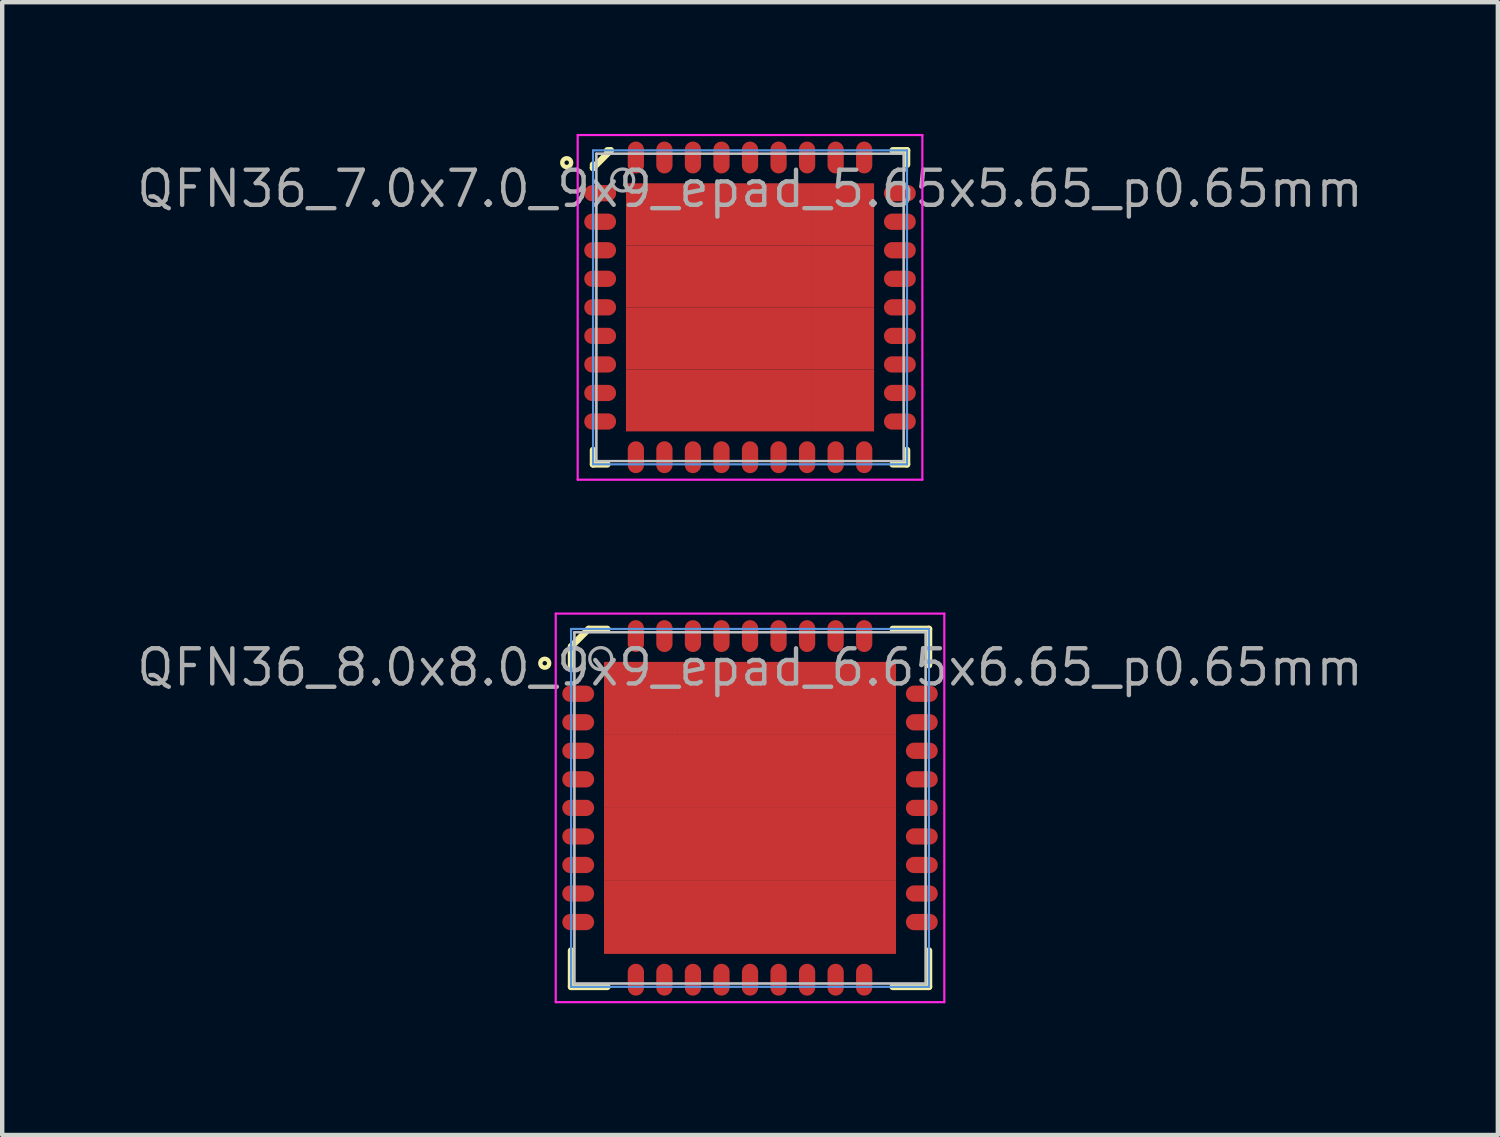
<source format=kicad_pcb>
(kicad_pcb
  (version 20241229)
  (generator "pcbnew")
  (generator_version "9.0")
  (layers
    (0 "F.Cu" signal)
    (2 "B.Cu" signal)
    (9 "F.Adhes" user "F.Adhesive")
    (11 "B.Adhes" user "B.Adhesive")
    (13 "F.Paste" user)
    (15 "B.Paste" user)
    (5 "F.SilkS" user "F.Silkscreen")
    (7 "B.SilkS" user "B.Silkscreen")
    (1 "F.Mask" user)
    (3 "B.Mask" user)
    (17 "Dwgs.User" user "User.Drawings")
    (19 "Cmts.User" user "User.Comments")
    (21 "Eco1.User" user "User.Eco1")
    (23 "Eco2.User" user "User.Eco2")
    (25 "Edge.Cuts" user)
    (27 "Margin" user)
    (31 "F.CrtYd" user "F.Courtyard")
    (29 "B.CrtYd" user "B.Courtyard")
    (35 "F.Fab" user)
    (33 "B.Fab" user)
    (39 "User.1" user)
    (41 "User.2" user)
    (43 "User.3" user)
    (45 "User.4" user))
  (footprint "QFN36_7.0x7.0_9x9_epad_5.65x5.65_p0.65mm"
    (layer "F.Cu")
    (at 14.032 3.95)
    (property "Reference" "QFN36_7.0x7.0_9x9_epad_5.65x5.65_p0.65mm" (at 0 -2.7 0) (layer "F.Fab") (effects (font (size 0.8 0.8) (thickness 0.1))))
    (attr through_hole)
    (fp_line (start -3.575 -3.175) (end -3.575 -3.25) (stroke (width 0.15) (type solid)) (layer "F.SilkS"))
    (fp_line (start -3.575 -3.175) (end -3.175 -3.575) (stroke (width 0.15) (type solid)) (layer "F.SilkS"))
    (fp_line (start -3.575 3.575) (end -3.575 3.25) (stroke (width 0.15) (type solid)) (layer "F.SilkS"))
    (fp_line (start -3.575 3.575) (end -3.25 3.575) (stroke (width 0.15) (type solid)) (layer "F.SilkS"))
    (fp_line (start -3.25 -3.575) (end -3.175 -3.575) (stroke (width 0.15) (type solid)) (layer "F.SilkS"))
    (fp_line (start 3.575 -3.575) (end 3.25 -3.575) (stroke (width 0.15) (type solid)) (layer "F.SilkS"))
    (fp_line (start 3.575 -3.575) (end 3.575 -3.25) (stroke (width 0.15) (type solid)) (layer "F.SilkS"))
    (fp_line (start 3.575 3.575) (end 3.25 3.575) (stroke (width 0.15) (type solid)) (layer "F.SilkS"))
    (fp_line (start 3.575 3.575) (end 3.575 3.25) (stroke (width 0.15) (type solid)) (layer "F.SilkS"))
    (fp_circle (center -4.175 -3.295) (end -4.104 -3.224) (stroke (width 0.1) (type solid)) (fill no) (layer "F.SilkS"))
    (fp_line (start -3.5 -3.5) (end -3.5 3.5) (stroke (width 0.05) (type solid)) (layer "Dwgs.User"))
    (fp_line (start -3.5 -3.5) (end 3.5 -3.5) (stroke (width 0.05) (type solid)) (layer "Dwgs.User"))
    (fp_line (start -3.5 3.5) (end 3.5 3.5) (stroke (width 0.05) (type solid)) (layer "Dwgs.User"))
    (fp_line (start 3.5 -3.5) (end 3.5 3.5) (stroke (width 0.05) (type solid)) (layer "Dwgs.User"))
    (fp_line (start -3.575 -3.575) (end -3.575 3.575) (stroke (width 0.05) (type solid)) (layer "Cmts.User"))
    (fp_line (start -3.575 -3.575) (end 3.575 -3.575) (stroke (width 0.05) (type solid)) (layer "Cmts.User"))
    (fp_line (start -3.575 3.575) (end 3.575 3.575) (stroke (width 0.05) (type solid)) (layer "Cmts.User"))
    (fp_line (start 3.575 -3.575) (end 3.575 3.575) (stroke (width 0.05) (type solid)) (layer "Cmts.User"))
    (fp_line (start -3.425 -3.425) (end -3.425 3.425) (stroke (width 0.05) (type solid)) (layer "Eco1.User"))
    (fp_line (start -3.425 -3.425) (end 3.425 -3.425) (stroke (width 0.05) (type solid)) (layer "Eco1.User"))
    (fp_line (start -3.425 3.425) (end 3.425 3.425) (stroke (width 0.05) (type solid)) (layer "Eco1.User"))
    (fp_line (start 3.425 -3.425) (end 3.425 3.425) (stroke (width 0.05) (type solid)) (layer "Eco1.User"))
    (fp_line (start -3.925 -3.925) (end -3.925 3.925) (stroke (width 0.05) (type solid)) (layer "F.CrtYd"))
    (fp_line (start -3.925 -3.925) (end 3.925 -3.925) (stroke (width 0.05) (type solid)) (layer "F.CrtYd"))
    (fp_line (start -3.925 3.925) (end 3.925 3.925) (stroke (width 0.05) (type solid)) (layer "F.CrtYd"))
    (fp_line (start 3.925 -3.925) (end 3.925 3.925) (stroke (width 0.05) (type solid)) (layer "F.CrtYd"))
    (fp_line (start -3.5 -3.5) (end -3.5 3.5) (stroke (width 0.05) (type solid)) (layer "F.Fab"))
    (fp_line (start -3.5 -3.5) (end 3.5 -3.5) (stroke (width 0.05) (type solid)) (layer "F.Fab"))
    (fp_line (start -3.5 3.5) (end 3.5 3.5) (stroke (width 0.05) (type solid)) (layer "F.Fab"))
    (fp_line (start 3.5 -3.5) (end 3.5 3.5) (stroke (width 0.05) (type solid)) (layer "F.Fab"))
    (fp_circle (center -2.9 -2.9) (end -2.723 -2.723) (stroke (width 0.075) (type solid)) (fill no) (layer "F.Fab"))
    (pad "1" smd oval (at -3.413 -2.6 180) (size 0.725 0.37) (layers "F.Cu" "F.Mask" "F.Paste"))
    (pad "2" smd oval (at -3.413 -1.95 180) (size 0.725 0.37) (layers "F.Cu" "F.Mask" "F.Paste"))
    (pad "3" smd oval (at -3.413 -1.3 180) (size 0.725 0.37) (layers "F.Cu" "F.Mask" "F.Paste"))
    (pad "4" smd oval (at -3.413 -0.65 180) (size 0.725 0.37) (layers "F.Cu" "F.Mask" "F.Paste"))
    (pad "5" smd oval (at -3.413 0 180) (size 0.725 0.37) (layers "F.Cu" "F.Mask" "F.Paste"))
    (pad "6" smd oval (at -3.413 0.65 180) (size 0.725 0.37) (layers "F.Cu" "F.Mask" "F.Paste"))
    (pad "7" smd oval (at -3.413 1.3 180) (size 0.725 0.37) (layers "F.Cu" "F.Mask" "F.Paste"))
    (pad "8" smd oval (at -3.413 1.95 180) (size 0.725 0.37) (layers "F.Cu" "F.Mask" "F.Paste"))
    (pad "9" smd oval (at -3.413 2.6 180) (size 0.725 0.37) (layers "F.Cu" "F.Mask" "F.Paste"))
    (pad "10" smd oval (at -2.6 3.413 270) (size 0.725 0.37) (layers "F.Cu" "F.Mask" "F.Paste"))
    (pad "11" smd oval (at -1.95 3.413 270) (size 0.725 0.37) (layers "F.Cu" "F.Mask" "F.Paste"))
    (pad "12" smd oval (at -1.3 3.413 270) (size 0.725 0.37) (layers "F.Cu" "F.Mask" "F.Paste"))
    (pad "13" smd oval (at -0.65 3.413 270) (size 0.725 0.37) (layers "F.Cu" "F.Mask" "F.Paste"))
    (pad "14" smd oval (at 0 3.413 270) (size 0.725 0.37) (layers "F.Cu" "F.Mask" "F.Paste"))
    (pad "15" smd oval (at 0.65 3.413 270) (size 0.725 0.37) (layers "F.Cu" "F.Mask" "F.Paste"))
    (pad "16" smd oval (at 1.3 3.413 270) (size 0.725 0.37) (layers "F.Cu" "F.Mask" "F.Paste"))
    (pad "17" smd oval (at 1.95 3.413 270) (size 0.725 0.37) (layers "F.Cu" "F.Mask" "F.Paste"))
    (pad "18" smd oval (at 2.6 3.413 270) (size 0.725 0.37) (layers "F.Cu" "F.Mask" "F.Paste"))
    (pad "19" smd oval (at 3.413 2.6) (size 0.725 0.37) (layers "F.Cu" "F.Mask" "F.Paste"))
    (pad "20" smd oval (at 3.413 1.95) (size 0.725 0.37) (layers "F.Cu" "F.Mask" "F.Paste"))
    (pad "21" smd oval (at 3.413 1.3) (size 0.725 0.37) (layers "F.Cu" "F.Mask" "F.Paste"))
    (pad "22" smd oval (at 3.413 0.65) (size 0.725 0.37) (layers "F.Cu" "F.Mask" "F.Paste"))
    (pad "23" smd oval (at 3.413 0) (size 0.725 0.37) (layers "F.Cu" "F.Mask" "F.Paste"))
    (pad "24" smd oval (at 3.413 -0.65) (size 0.725 0.37) (layers "F.Cu" "F.Mask" "F.Paste"))
    (pad "25" smd oval (at 3.413 -1.3) (size 0.725 0.37) (layers "F.Cu" "F.Mask" "F.Paste"))
    (pad "26" smd oval (at 3.413 -1.95) (size 0.725 0.37) (layers "F.Cu" "F.Mask" "F.Paste"))
    (pad "27" smd oval (at 3.413 -2.6) (size 0.725 0.37) (layers "F.Cu" "F.Mask" "F.Paste"))
    (pad "28" smd oval (at 2.6 -3.413 90) (size 0.725 0.37) (layers "F.Cu" "F.Mask" "F.Paste"))
    (pad "29" smd oval (at 1.95 -3.413 90) (size 0.725 0.37) (layers "F.Cu" "F.Mask" "F.Paste"))
    (pad "30" smd oval (at 1.3 -3.413 90) (size 0.725 0.37) (layers "F.Cu" "F.Mask" "F.Paste"))
    (pad "31" smd oval (at 0.65 -3.413 90) (size 0.725 0.37) (layers "F.Cu" "F.Mask" "F.Paste"))
    (pad "32" smd oval (at 0 -3.413 90) (size 0.725 0.37) (layers "F.Cu" "F.Mask" "F.Paste"))
    (pad "33" smd oval (at -0.65 -3.413 90) (size 0.725 0.37) (layers "F.Cu" "F.Mask" "F.Paste"))
    (pad "34" smd oval (at -1.3 -3.413 90) (size 0.725 0.37) (layers "F.Cu" "F.Mask" "F.Paste"))
    (pad "35" smd oval (at -1.95 -3.413 90) (size 0.725 0.37) (layers "F.Cu" "F.Mask" "F.Paste"))
    (pad "36" smd oval (at -2.6 -3.413 90) (size 0.725 0.37) (layers "F.Cu" "F.Mask" "F.Paste"))
    (pad "37" smd rect (at -2.119 -2.119) (size 1.413 1.413) (layers "F.Cu" "F.Mask" "F.Paste"))
    (pad "37" smd rect (at -2.119 -0.706) (size 1.413 1.413) (layers "F.Cu" "F.Mask" "F.Paste"))
    (pad "37" smd rect (at -2.119 0.706) (size 1.413 1.413) (layers "F.Cu" "F.Mask" "F.Paste"))
    (pad "37" smd rect (at -2.119 2.119) (size 1.413 1.413) (layers "F.Cu" "F.Mask" "F.Paste"))
    (pad "37" smd rect (at -0.706 -2.119) (size 1.413 1.413) (layers "F.Cu" "F.Mask" "F.Paste"))
    (pad "37" smd rect (at -0.706 -0.706) (size 1.413 1.413) (layers "F.Cu" "F.Mask" "F.Paste"))
    (pad "37" smd rect (at -0.706 0.706) (size 1.413 1.413) (layers "F.Cu" "F.Mask" "F.Paste"))
    (pad "37" smd rect (at -0.706 2.119) (size 1.413 1.413) (layers "F.Cu" "F.Mask" "F.Paste"))
    (pad "37" smd rect (at 0.706 -2.119) (size 1.413 1.413) (layers "F.Cu" "F.Mask" "F.Paste"))
    (pad "37" smd rect (at 0.706 -0.706) (size 1.413 1.413) (layers "F.Cu" "F.Mask" "F.Paste"))
    (pad "37" smd rect (at 0.706 0.706) (size 1.413 1.413) (layers "F.Cu" "F.Mask" "F.Paste"))
    (pad "37" smd rect (at 0.706 2.119) (size 1.413 1.413) (layers "F.Cu" "F.Mask" "F.Paste"))
    (pad "37" smd rect (at 2.119 -2.119) (size 1.413 1.413) (layers "F.Cu" "F.Mask" "F.Paste"))
    (pad "37" smd rect (at 2.119 -0.706) (size 1.413 1.413) (layers "F.Cu" "F.Mask" "F.Paste"))
    (pad "37" smd rect (at 2.119 0.706) (size 1.413 1.413) (layers "F.Cu" "F.Mask" "F.Paste"))
    (pad "37" smd rect (at 2.119 2.119) (size 1.413 1.413) (layers "F.Cu" "F.Mask" "F.Paste")))
  (footprint "QFN36_8.0x8.0_9x9_epad_6.65x6.65_p0.65mm"
    (layer "F.Cu")
    (at 14.032 15.35)
    (property "Reference" "QFN36_8.0x8.0_9x9_epad_6.65x6.65_p0.65mm" (at 0 -3.2 0) (layer "F.Fab") (effects (font (size 0.8 0.8) (thickness 0.1))))
    (attr through_hole)
    (fp_line (start -4.075 -3.675) (end -4.075 -3.25) (stroke (width 0.15) (type solid)) (layer "F.SilkS"))
    (fp_line (start -4.075 -3.675) (end -3.675 -4.075) (stroke (width 0.15) (type solid)) (layer "F.SilkS"))
    (fp_line (start -4.075 4.075) (end -4.075 3.25) (stroke (width 0.15) (type solid)) (layer "F.SilkS"))
    (fp_line (start -4.075 4.075) (end -3.25 4.075) (stroke (width 0.15) (type solid)) (layer "F.SilkS"))
    (fp_line (start -3.25 -4.075) (end -3.675 -4.075) (stroke (width 0.15) (type solid)) (layer "F.SilkS"))
    (fp_line (start 4.075 -4.075) (end 3.25 -4.075) (stroke (width 0.15) (type solid)) (layer "F.SilkS"))
    (fp_line (start 4.075 -4.075) (end 4.075 -3.25) (stroke (width 0.15) (type solid)) (layer "F.SilkS"))
    (fp_line (start 4.075 4.075) (end 3.25 4.075) (stroke (width 0.15) (type solid)) (layer "F.SilkS"))
    (fp_line (start 4.075 4.075) (end 4.075 3.25) (stroke (width 0.15) (type solid)) (layer "F.SilkS"))
    (fp_circle (center -4.675 -3.295) (end -4.604 -3.224) (stroke (width 0.1) (type solid)) (fill no) (layer "F.SilkS"))
    (fp_line (start -4 -4) (end -4 4) (stroke (width 0.05) (type solid)) (layer "Dwgs.User"))
    (fp_line (start -4 -4) (end 4 -4) (stroke (width 0.05) (type solid)) (layer "Dwgs.User"))
    (fp_line (start -4 4) (end 4 4) (stroke (width 0.05) (type solid)) (layer "Dwgs.User"))
    (fp_line (start 4 -4) (end 4 4) (stroke (width 0.05) (type solid)) (layer "Dwgs.User"))
    (fp_line (start -4.075 -4.075) (end -4.075 4.075) (stroke (width 0.05) (type solid)) (layer "Cmts.User"))
    (fp_line (start -4.075 -4.075) (end 4.075 -4.075) (stroke (width 0.05) (type solid)) (layer "Cmts.User"))
    (fp_line (start -4.075 4.075) (end 4.075 4.075) (stroke (width 0.05) (type solid)) (layer "Cmts.User"))
    (fp_line (start 4.075 -4.075) (end 4.075 4.075) (stroke (width 0.05) (type solid)) (layer "Cmts.User"))
    (fp_line (start -3.925 -3.925) (end -3.925 3.925) (stroke (width 0.05) (type solid)) (layer "Eco1.User"))
    (fp_line (start -3.925 -3.925) (end 3.925 -3.925) (stroke (width 0.05) (type solid)) (layer "Eco1.User"))
    (fp_line (start -3.925 3.925) (end 3.925 3.925) (stroke (width 0.05) (type solid)) (layer "Eco1.User"))
    (fp_line (start 3.925 -3.925) (end 3.925 3.925) (stroke (width 0.05) (type solid)) (layer "Eco1.User"))
    (fp_line (start -4.425 -4.425) (end -4.425 4.425) (stroke (width 0.05) (type solid)) (layer "F.CrtYd"))
    (fp_line (start -4.425 -4.425) (end 4.425 -4.425) (stroke (width 0.05) (type solid)) (layer "F.CrtYd"))
    (fp_line (start -4.425 4.425) (end 4.425 4.425) (stroke (width 0.05) (type solid)) (layer "F.CrtYd"))
    (fp_line (start 4.425 -4.425) (end 4.425 4.425) (stroke (width 0.05) (type solid)) (layer "F.CrtYd"))
    (fp_line (start -4 -4) (end -4 4) (stroke (width 0.05) (type solid)) (layer "F.Fab"))
    (fp_line (start -4 -4) (end 4 -4) (stroke (width 0.05) (type solid)) (layer "F.Fab"))
    (fp_line (start -4 4) (end 4 4) (stroke (width 0.05) (type solid)) (layer "F.Fab"))
    (fp_line (start 4 -4) (end 4 4) (stroke (width 0.05) (type solid)) (layer "F.Fab"))
    (fp_circle (center -3.4 -3.4) (end -3.223 -3.223) (stroke (width 0.075) (type solid)) (fill no) (layer "F.Fab"))
    (pad "1" smd oval (at -3.913 -2.6 180) (size 0.725 0.37) (layers "F.Cu" "F.Mask" "F.Paste"))
    (pad "2" smd oval (at -3.913 -1.95 180) (size 0.725 0.37) (layers "F.Cu" "F.Mask" "F.Paste"))
    (pad "3" smd oval (at -3.913 -1.3 180) (size 0.725 0.37) (layers "F.Cu" "F.Mask" "F.Paste"))
    (pad "4" smd oval (at -3.913 -0.65 180) (size 0.725 0.37) (layers "F.Cu" "F.Mask" "F.Paste"))
    (pad "5" smd oval (at -3.913 0 180) (size 0.725 0.37) (layers "F.Cu" "F.Mask" "F.Paste"))
    (pad "6" smd oval (at -3.913 0.65 180) (size 0.725 0.37) (layers "F.Cu" "F.Mask" "F.Paste"))
    (pad "7" smd oval (at -3.913 1.3 180) (size 0.725 0.37) (layers "F.Cu" "F.Mask" "F.Paste"))
    (pad "8" smd oval (at -3.913 1.95 180) (size 0.725 0.37) (layers "F.Cu" "F.Mask" "F.Paste"))
    (pad "9" smd oval (at -3.913 2.6 180) (size 0.725 0.37) (layers "F.Cu" "F.Mask" "F.Paste"))
    (pad "10" smd oval (at -2.6 3.913 270) (size 0.725 0.37) (layers "F.Cu" "F.Mask" "F.Paste"))
    (pad "11" smd oval (at -1.95 3.913 270) (size 0.725 0.37) (layers "F.Cu" "F.Mask" "F.Paste"))
    (pad "12" smd oval (at -1.3 3.913 270) (size 0.725 0.37) (layers "F.Cu" "F.Mask" "F.Paste"))
    (pad "13" smd oval (at -0.65 3.913 270) (size 0.725 0.37) (layers "F.Cu" "F.Mask" "F.Paste"))
    (pad "14" smd oval (at 0 3.913 270) (size 0.725 0.37) (layers "F.Cu" "F.Mask" "F.Paste"))
    (pad "15" smd oval (at 0.65 3.913 270) (size 0.725 0.37) (layers "F.Cu" "F.Mask" "F.Paste"))
    (pad "16" smd oval (at 1.3 3.913 270) (size 0.725 0.37) (layers "F.Cu" "F.Mask" "F.Paste"))
    (pad "17" smd oval (at 1.95 3.913 270) (size 0.725 0.37) (layers "F.Cu" "F.Mask" "F.Paste"))
    (pad "18" smd oval (at 2.6 3.913 270) (size 0.725 0.37) (layers "F.Cu" "F.Mask" "F.Paste"))
    (pad "19" smd oval (at 3.913 2.6) (size 0.725 0.37) (layers "F.Cu" "F.Mask" "F.Paste"))
    (pad "20" smd oval (at 3.913 1.95) (size 0.725 0.37) (layers "F.Cu" "F.Mask" "F.Paste"))
    (pad "21" smd oval (at 3.913 1.3) (size 0.725 0.37) (layers "F.Cu" "F.Mask" "F.Paste"))
    (pad "22" smd oval (at 3.913 0.65) (size 0.725 0.37) (layers "F.Cu" "F.Mask" "F.Paste"))
    (pad "23" smd oval (at 3.913 0) (size 0.725 0.37) (layers "F.Cu" "F.Mask" "F.Paste"))
    (pad "24" smd oval (at 3.913 -0.65) (size 0.725 0.37) (layers "F.Cu" "F.Mask" "F.Paste"))
    (pad "25" smd oval (at 3.913 -1.3) (size 0.725 0.37) (layers "F.Cu" "F.Mask" "F.Paste"))
    (pad "26" smd oval (at 3.913 -1.95) (size 0.725 0.37) (layers "F.Cu" "F.Mask" "F.Paste"))
    (pad "27" smd oval (at 3.913 -2.6) (size 0.725 0.37) (layers "F.Cu" "F.Mask" "F.Paste"))
    (pad "28" smd oval (at 2.6 -3.913 90) (size 0.725 0.37) (layers "F.Cu" "F.Mask" "F.Paste"))
    (pad "29" smd oval (at 1.95 -3.913 90) (size 0.725 0.37) (layers "F.Cu" "F.Mask" "F.Paste"))
    (pad "30" smd oval (at 1.3 -3.913 90) (size 0.725 0.37) (layers "F.Cu" "F.Mask" "F.Paste"))
    (pad "31" smd oval (at 0.65 -3.913 90) (size 0.725 0.37) (layers "F.Cu" "F.Mask" "F.Paste"))
    (pad "32" smd oval (at 0 -3.913 90) (size 0.725 0.37) (layers "F.Cu" "F.Mask" "F.Paste"))
    (pad "33" smd oval (at -0.65 -3.913 90) (size 0.725 0.37) (layers "F.Cu" "F.Mask" "F.Paste"))
    (pad "34" smd oval (at -1.3 -3.913 90) (size 0.725 0.37) (layers "F.Cu" "F.Mask" "F.Paste"))
    (pad "35" smd oval (at -1.95 -3.913 90) (size 0.725 0.37) (layers "F.Cu" "F.Mask" "F.Paste"))
    (pad "36" smd oval (at -2.6 -3.913 90) (size 0.725 0.37) (layers "F.Cu" "F.Mask" "F.Paste"))
    (pad "37" smd rect (at -2.494 -2.494) (size 1.663 1.663) (layers "F.Cu" "F.Mask" "F.Paste"))
    (pad "37" smd rect (at -2.494 -0.831) (size 1.663 1.663) (layers "F.Cu" "F.Mask" "F.Paste"))
    (pad "37" smd rect (at -2.494 0.831) (size 1.663 1.663) (layers "F.Cu" "F.Mask" "F.Paste"))
    (pad "37" smd rect (at -2.494 2.494) (size 1.663 1.663) (layers "F.Cu" "F.Mask" "F.Paste"))
    (pad "37" smd rect (at -0.831 -2.494) (size 1.663 1.663) (layers "F.Cu" "F.Mask" "F.Paste"))
    (pad "37" smd rect (at -0.831 -0.831) (size 1.663 1.663) (layers "F.Cu" "F.Mask" "F.Paste"))
    (pad "37" smd rect (at -0.831 0.831) (size 1.663 1.663) (layers "F.Cu" "F.Mask" "F.Paste"))
    (pad "37" smd rect (at -0.831 2.494) (size 1.663 1.663) (layers "F.Cu" "F.Mask" "F.Paste"))
    (pad "37" smd rect (at 0.831 -2.494) (size 1.663 1.663) (layers "F.Cu" "F.Mask" "F.Paste"))
    (pad "37" smd rect (at 0.831 -0.831) (size 1.663 1.663) (layers "F.Cu" "F.Mask" "F.Paste"))
    (pad "37" smd rect (at 0.831 0.831) (size 1.663 1.663) (layers "F.Cu" "F.Mask" "F.Paste"))
    (pad "37" smd rect (at 0.831 2.494) (size 1.663 1.663) (layers "F.Cu" "F.Mask" "F.Paste"))
    (pad "37" smd rect (at 2.494 -2.494) (size 1.663 1.663) (layers "F.Cu" "F.Mask" "F.Paste"))
    (pad "37" smd rect (at 2.494 -0.831) (size 1.663 1.663) (layers "F.Cu" "F.Mask" "F.Paste"))
    (pad "37" smd rect (at 2.494 0.831) (size 1.663 1.663) (layers "F.Cu" "F.Mask" "F.Paste"))
    (pad "37" smd rect (at 2.494 2.494) (size 1.663 1.663) (layers "F.Cu" "F.Mask" "F.Paste")))
  (gr_rect
    (start -3 -3)
    (end 31.064 22.8)
    (stroke (width 0.1) (type default))
    (fill no)
    (layer "Edge.Cuts")))
</source>
